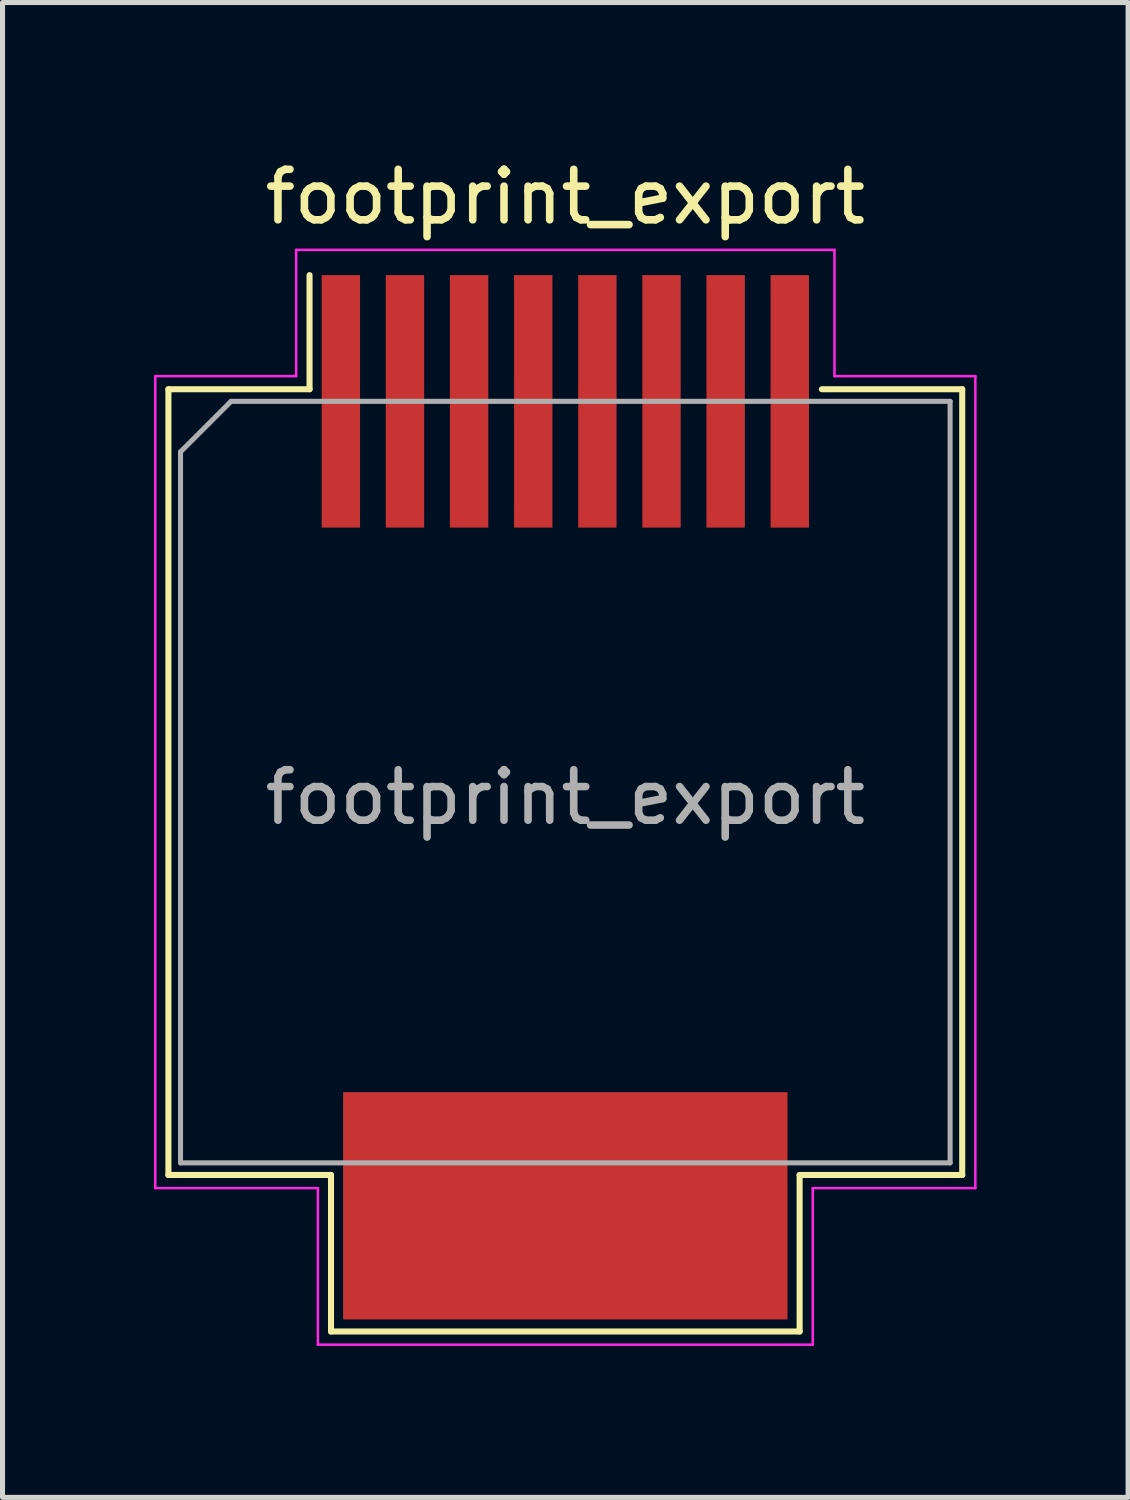
<source format=kicad_pcb>
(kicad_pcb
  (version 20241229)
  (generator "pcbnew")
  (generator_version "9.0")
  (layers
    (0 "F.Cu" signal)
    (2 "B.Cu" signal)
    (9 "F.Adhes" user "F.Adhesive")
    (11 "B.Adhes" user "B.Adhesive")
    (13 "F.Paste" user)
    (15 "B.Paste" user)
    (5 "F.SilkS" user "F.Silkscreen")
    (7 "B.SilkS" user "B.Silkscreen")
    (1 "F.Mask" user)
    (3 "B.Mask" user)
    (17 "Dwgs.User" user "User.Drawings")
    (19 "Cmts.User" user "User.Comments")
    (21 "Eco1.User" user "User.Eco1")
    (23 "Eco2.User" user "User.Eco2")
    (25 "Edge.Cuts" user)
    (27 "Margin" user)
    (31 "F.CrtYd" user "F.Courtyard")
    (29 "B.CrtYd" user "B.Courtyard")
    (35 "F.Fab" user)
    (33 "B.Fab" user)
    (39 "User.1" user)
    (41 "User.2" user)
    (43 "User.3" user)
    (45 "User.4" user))
  (footprint "footprint_export"
    (layer "F.Cu")
    (at 8.145 12.738)
    (property "Reference" "footprint_export" (at 0 -11.89 0) (layer "F.SilkS") (effects (font (size 1 1) (thickness 0.15))))
    (attr smd)
    (fp_line (start -7.86 -8.08) (end -7.86 7.48) (stroke (width 0.12) (type solid)) (layer "F.SilkS"))
    (fp_line (start -7.86 -8.08) (end -5.065 -8.08) (stroke (width 0.12) (type solid)) (layer "F.SilkS"))
    (fp_line (start -7.86 7.48) (end -4.64 7.48) (stroke (width 0.12) (type solid)) (layer "F.SilkS"))
    (fp_line (start -5.065 -8.08) (end -5.065 -10.34) (stroke (width 0.12) (type solid)) (layer "F.SilkS"))
    (fp_line (start -4.64 7.48) (end -4.64 10.58) (stroke (width 0.12) (type solid)) (layer "F.SilkS"))
    (fp_line (start -4.64 10.58) (end 4.64 10.58) (stroke (width 0.12) (type solid)) (layer "F.SilkS"))
    (fp_line (start 4.64 7.48) (end 7.86 7.48) (stroke (width 0.12) (type solid)) (layer "F.SilkS"))
    (fp_line (start 4.64 10.58) (end 4.64 7.48) (stroke (width 0.12) (type solid)) (layer "F.SilkS"))
    (fp_line (start 7.86 -8.08) (end 5.08 -8.08) (stroke (width 0.12) (type solid)) (layer "F.SilkS"))
    (fp_line (start 7.86 7.48) (end 7.86 -8.08) (stroke (width 0.12) (type solid)) (layer "F.SilkS"))
    (fp_line (start -8.12 -8.34) (end -5.33 -8.34) (stroke (width 0.05) (type solid)) (layer "F.CrtYd"))
    (fp_line (start -8.12 7.74) (end -8.12 -8.34) (stroke (width 0.05) (type solid)) (layer "F.CrtYd"))
    (fp_line (start -8.12 7.74) (end -4.9 7.74) (stroke (width 0.05) (type solid)) (layer "F.CrtYd"))
    (fp_line (start -5.33 -10.84) (end 5.33 -10.84) (stroke (width 0.05) (type solid)) (layer "F.CrtYd"))
    (fp_line (start -5.33 -8.34) (end -5.33 -10.84) (stroke (width 0.05) (type solid)) (layer "F.CrtYd"))
    (fp_line (start -4.9 7.74) (end -4.9 10.84) (stroke (width 0.05) (type solid)) (layer "F.CrtYd"))
    (fp_line (start -4.9 10.84) (end 4.9 10.84) (stroke (width 0.05) (type solid)) (layer "F.CrtYd"))
    (fp_line (start 4.9 7.74) (end 4.9 10.84) (stroke (width 0.05) (type solid)) (layer "F.CrtYd"))
    (fp_line (start 4.9 7.74) (end 8.12 7.74) (stroke (width 0.05) (type solid)) (layer "F.CrtYd"))
    (fp_line (start 5.33 -10.84) (end 5.33 -8.34) (stroke (width 0.05) (type solid)) (layer "F.CrtYd"))
    (fp_line (start 5.33 -8.34) (end 8.12 -8.34) (stroke (width 0.05) (type solid)) (layer "F.CrtYd"))
    (fp_line (start 8.12 7.74) (end 8.12 -8.34) (stroke (width 0.05) (type solid)) (layer "F.CrtYd"))
    (fp_line (start -7.62 -6.84) (end -6.62 -7.84) (stroke (width 0.1) (type solid)) (layer "F.Fab"))
    (fp_line (start -7.62 7.24) (end -7.62 -6.84) (stroke (width 0.1) (type solid)) (layer "F.Fab"))
    (fp_line (start -6.62 -7.84) (end 7.62 -7.84) (stroke (width 0.1) (type solid)) (layer "F.Fab"))
    (fp_line (start 7.62 7.24) (end -7.62 7.24) (stroke (width 0.1) (type solid)) (layer "F.Fab"))
    (fp_line (start 7.62 7.24) (end 7.62 -7.84) (stroke (width 0.1) (type solid)) (layer "F.Fab"))
    (fp_text user "${REFERENCE}" (at 0 0 0) (layer "F.Fab") (effects (font (size 1 1) (thickness 0.15))))
    (pad "1" smd rect (at -4.445 -7.84 180) (size 0.76 5) (layers "F.Cu" "F.Mask" "F.Paste"))
    (pad "2" smd rect (at -3.175 -7.84 180) (size 0.76 5) (layers "F.Cu" "F.Mask" "F.Paste"))
    (pad "3" smd rect (at -1.905 -7.84 180) (size 0.76 5) (layers "F.Cu" "F.Mask" "F.Paste"))
    (pad "4" smd rect (at -0.635 -7.84 180) (size 0.76 5) (layers "F.Cu" "F.Mask" "F.Paste"))
    (pad "5" smd rect (at 0.635 -7.84 180) (size 0.76 5) (layers "F.Cu" "F.Mask" "F.Paste"))
    (pad "6" smd rect (at 1.905 -7.84 180) (size 0.76 5) (layers "F.Cu" "F.Mask" "F.Paste"))
    (pad "7" smd rect (at 3.175 -7.84 180) (size 0.76 5) (layers "F.Cu" "F.Mask" "F.Paste"))
    (pad "8" smd rect (at 4.445 -7.84 180) (size 0.76 5) (layers "F.Cu" "F.Mask" "F.Paste"))
    (pad "L" smd rect (at 0 8.09 180) (size 8.8 4.5) (layers "F.Cu" "F.Mask" "F.Paste")))
  (gr_rect
    (start -3 -3)
    (end 19.29 26.603)
    (stroke (width 0.1) (type default))
    (fill no)
    (layer "Edge.Cuts")))
</source>
